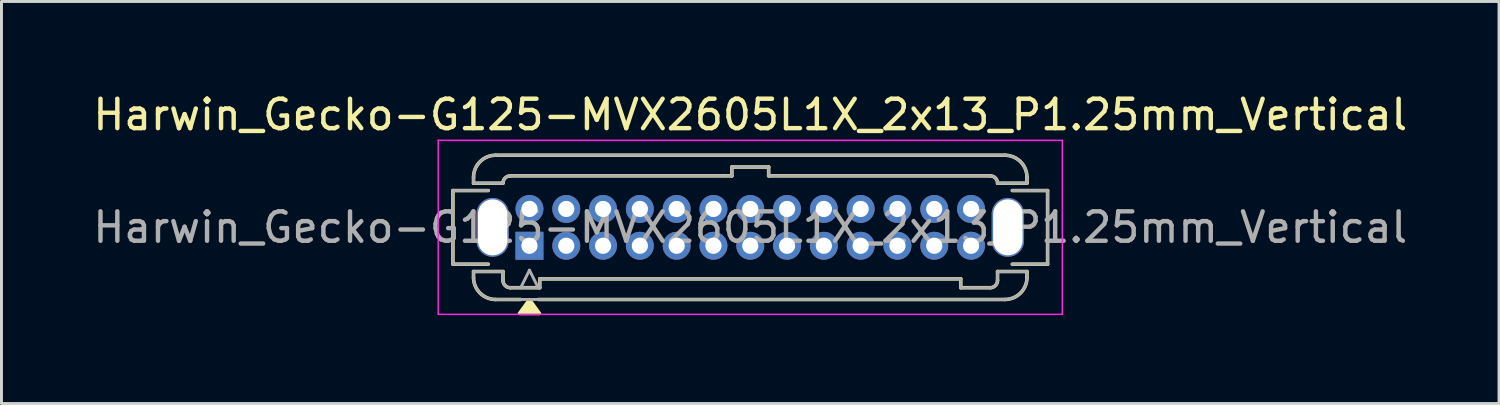
<source format=kicad_pcb>
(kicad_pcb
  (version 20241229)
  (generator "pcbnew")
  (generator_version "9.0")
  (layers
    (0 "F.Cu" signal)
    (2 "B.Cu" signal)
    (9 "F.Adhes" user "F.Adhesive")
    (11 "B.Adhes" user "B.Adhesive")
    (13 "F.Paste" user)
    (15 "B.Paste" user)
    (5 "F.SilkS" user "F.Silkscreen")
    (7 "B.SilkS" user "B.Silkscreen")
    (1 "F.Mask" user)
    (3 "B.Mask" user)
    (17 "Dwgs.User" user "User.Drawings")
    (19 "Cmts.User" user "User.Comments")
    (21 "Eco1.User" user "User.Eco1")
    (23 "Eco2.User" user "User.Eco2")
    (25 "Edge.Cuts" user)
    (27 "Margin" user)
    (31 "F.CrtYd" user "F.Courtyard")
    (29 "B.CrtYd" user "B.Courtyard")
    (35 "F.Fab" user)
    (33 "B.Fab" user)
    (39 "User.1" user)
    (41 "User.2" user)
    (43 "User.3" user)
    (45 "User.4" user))
  (footprint "Harwin_Gecko-G125-MVX2605L1X_2x13_P1.25mm_Vertical"
    (layer "F.Cu")
    (at 14.935 5.298)
    (property "Reference" "Harwin_Gecko-G125-MVX2605L1X_2x13_P1.25mm_Vertical" (at 7.5 -4.45 0) (layer "F.SilkS") (effects (font (size 1 1) (thickness 0.15))))
    (attr through_hole)
    (fp_line (start -2.6 -1.875) (end -2.6 0.625) (stroke (width 0.12) (type solid)) (layer "F.SilkS"))
    (fp_line (start -2.6 0.625) (end -1.4 0.625) (stroke (width 0.12) (type solid)) (layer "F.SilkS"))
    (fp_line (start -1.9 -2.325) (end -1.9 -2.125) (stroke (width 0.12) (type solid)) (layer "F.SilkS"))
    (fp_line (start -1.9 -2.125) (end -0.9 -2.125) (stroke (width 0.12) (type solid)) (layer "F.SilkS"))
    (fp_line (start -1.9 0.875) (end -0.9 0.875) (stroke (width 0.12) (type solid)) (layer "F.SilkS"))
    (fp_line (start -1.9 1.075) (end -1.9 0.875) (stroke (width 0.12) (type solid)) (layer "F.SilkS"))
    (fp_line (start -1.4 -1.875) (end -2.6 -1.875) (stroke (width 0.12) (type solid)) (layer "F.SilkS"))
    (fp_line (start -1.15 -3.075) (end 16.15 -3.075) (stroke (width 0.12) (type solid)) (layer "F.SilkS"))
    (fp_line (start -1.15 1.825) (end -0.3 1.825) (stroke (width 0.12) (type solid)) (layer "F.SilkS"))
    (fp_line (start -0.9 1.175) (end -0.9 0.875) (stroke (width 0.12) (type solid)) (layer "F.SilkS"))
    (fp_line (start -0.65 -2.375) (end 6.875 -2.375) (stroke (width 0.12) (type solid)) (layer "F.SilkS"))
    (fp_line (start -0.65 1.425) (end 0.35 1.425) (stroke (width 0.12) (type solid)) (layer "F.SilkS"))
    (fp_line (start 0.3 1.825) (end 16.15 1.825) (stroke (width 0.12) (type solid)) (layer "F.SilkS"))
    (fp_line (start 0.35 1.125) (end 14.65 1.125) (stroke (width 0.12) (type solid)) (layer "F.SilkS"))
    (fp_line (start 0.35 1.425) (end 0.35 1.125) (stroke (width 0.12) (type solid)) (layer "F.SilkS"))
    (fp_line (start 6.875 -2.675) (end 8.125 -2.675) (stroke (width 0.12) (type solid)) (layer "F.SilkS"))
    (fp_line (start 6.875 -2.375) (end 6.875 -2.675) (stroke (width 0.12) (type solid)) (layer "F.SilkS"))
    (fp_line (start 8.125 -2.675) (end 8.125 -2.375) (stroke (width 0.12) (type solid)) (layer "F.SilkS"))
    (fp_line (start 8.125 -2.375) (end 15.65 -2.375) (stroke (width 0.12) (type solid)) (layer "F.SilkS"))
    (fp_line (start 14.65 1.125) (end 14.65 1.425) (stroke (width 0.12) (type solid)) (layer "F.SilkS"))
    (fp_line (start 14.65 1.425) (end 15.65 1.425) (stroke (width 0.12) (type solid)) (layer "F.SilkS"))
    (fp_line (start 15.9 1.175) (end 15.9 0.875) (stroke (width 0.12) (type solid)) (layer "F.SilkS"))
    (fp_line (start 16.4 -1.875) (end 17.6 -1.875) (stroke (width 0.12) (type solid)) (layer "F.SilkS"))
    (fp_line (start 16.9 -2.325) (end 16.9 -2.125) (stroke (width 0.12) (type solid)) (layer "F.SilkS"))
    (fp_line (start 16.9 -2.125) (end 15.9 -2.125) (stroke (width 0.12) (type solid)) (layer "F.SilkS"))
    (fp_line (start 16.9 0.875) (end 15.9 0.875) (stroke (width 0.12) (type solid)) (layer "F.SilkS"))
    (fp_line (start 16.9 1.075) (end 16.9 0.875) (stroke (width 0.12) (type solid)) (layer "F.SilkS"))
    (fp_line (start 17.6 -1.875) (end 17.6 0.625) (stroke (width 0.12) (type solid)) (layer "F.SilkS"))
    (fp_line (start 17.6 0.625) (end 16.4 0.625) (stroke (width 0.12) (type solid)) (layer "F.SilkS"))
    (fp_arc (start -1.9 -2.325) (mid -1.68033 -2.85533) (end -1.15 -3.075) (stroke (width 0.12) (type solid)) (layer "F.SilkS"))
    (fp_arc (start -1.15 1.825) (mid -1.68033 1.60533) (end -1.9 1.075) (stroke (width 0.12) (type solid)) (layer "F.SilkS"))
    (fp_arc (start -0.9 -2.125) (mid -0.826777 -2.301777) (end -0.65 -2.375) (stroke (width 0.12) (type solid)) (layer "F.SilkS"))
    (fp_arc (start -0.65 1.425) (mid -0.826777 1.351777) (end -0.9 1.175) (stroke (width 0.12) (type solid)) (layer "F.SilkS"))
    (fp_arc (start 15.65 -2.375) (mid 15.826777 -2.301777) (end 15.9 -2.125) (stroke (width 0.12) (type solid)) (layer "F.SilkS"))
    (fp_arc (start 15.9 1.175) (mid 15.826777 1.351777) (end 15.65 1.425) (stroke (width 0.12) (type solid)) (layer "F.SilkS"))
    (fp_arc (start 16.15 -3.075) (mid 16.68033 -2.85533) (end 16.9 -2.325) (stroke (width 0.12) (type solid)) (layer "F.SilkS"))
    (fp_arc (start 16.9 1.075) (mid 16.68033 1.60533) (end 16.15 1.825) (stroke (width 0.12) (type solid)) (layer "F.SilkS"))
    (fp_poly (pts (xy 0 1.83) (xy -0.34 2.3) (xy 0.34 2.3) (xy 0 1.83)) (stroke (width 0.12) (type solid)) (fill yes) (layer "F.SilkS"))
    (fp_line (start -3.1 -3.58) (end -3.1 2.33) (stroke (width 0.05) (type solid)) (layer "F.CrtYd"))
    (fp_line (start -3.1 2.33) (end 18.1 2.33) (stroke (width 0.05) (type solid)) (layer "F.CrtYd"))
    (fp_line (start 18.1 -3.58) (end -3.1 -3.58) (stroke (width 0.05) (type solid)) (layer "F.CrtYd"))
    (fp_line (start 18.1 -3.58) (end 18.1 2.33) (stroke (width 0.05) (type solid)) (layer "F.CrtYd"))
    (fp_line (start -2.6 -1.875) (end -2.6 0.625) (stroke (width 0.1) (type solid)) (layer "F.Fab"))
    (fp_line (start -2.6 0.625) (end -1.4 0.625) (stroke (width 0.1) (type solid)) (layer "F.Fab"))
    (fp_line (start -1.9 -2.325) (end -1.9 -2.125) (stroke (width 0.1) (type solid)) (layer "F.Fab"))
    (fp_line (start -1.9 -2.125) (end -0.9 -2.125) (stroke (width 0.1) (type solid)) (layer "F.Fab"))
    (fp_line (start -1.9 0.875) (end -0.9 0.875) (stroke (width 0.1) (type solid)) (layer "F.Fab"))
    (fp_line (start -1.9 1.075) (end -1.9 0.875) (stroke (width 0.1) (type solid)) (layer "F.Fab"))
    (fp_line (start -1.4 -1.875) (end -2.6 -1.875) (stroke (width 0.1) (type solid)) (layer "F.Fab"))
    (fp_line (start -1.15 -3.075) (end 16.15 -3.075) (stroke (width 0.1) (type solid)) (layer "F.Fab"))
    (fp_line (start -1.15 1.825) (end 16.15 1.825) (stroke (width 0.1) (type solid)) (layer "F.Fab"))
    (fp_line (start -0.9 1.175) (end -0.9 0.875) (stroke (width 0.1) (type solid)) (layer "F.Fab"))
    (fp_line (start -0.65 -2.375) (end 6.875 -2.375) (stroke (width 0.1) (type solid)) (layer "F.Fab"))
    (fp_line (start -0.65 1.425) (end 0.35 1.425) (stroke (width 0.1) (type solid)) (layer "F.Fab"))
    (fp_line (start 0 0.83) (end -0.3 1.43) (stroke (width 0.1) (type solid)) (layer "F.Fab"))
    (fp_line (start 0.3 1.43) (end 0 0.83) (stroke (width 0.1) (type solid)) (layer "F.Fab"))
    (fp_line (start 0.35 1.125) (end 14.65 1.125) (stroke (width 0.1) (type solid)) (layer "F.Fab"))
    (fp_line (start 0.35 1.425) (end 0.35 1.125) (stroke (width 0.1) (type solid)) (layer "F.Fab"))
    (fp_line (start 6.875 -2.675) (end 8.125 -2.675) (stroke (width 0.1) (type solid)) (layer "F.Fab"))
    (fp_line (start 6.875 -2.375) (end 6.875 -2.675) (stroke (width 0.1) (type solid)) (layer "F.Fab"))
    (fp_line (start 8.125 -2.675) (end 8.125 -2.375) (stroke (width 0.1) (type solid)) (layer "F.Fab"))
    (fp_line (start 8.125 -2.375) (end 15.65 -2.375) (stroke (width 0.1) (type solid)) (layer "F.Fab"))
    (fp_line (start 14.65 1.125) (end 14.65 1.425) (stroke (width 0.1) (type solid)) (layer "F.Fab"))
    (fp_line (start 14.65 1.425) (end 15.65 1.425) (stroke (width 0.1) (type solid)) (layer "F.Fab"))
    (fp_line (start 15.9 1.175) (end 15.9 0.875) (stroke (width 0.1) (type solid)) (layer "F.Fab"))
    (fp_line (start 16.4 -1.875) (end 17.6 -1.875) (stroke (width 0.1) (type solid)) (layer "F.Fab"))
    (fp_line (start 16.9 -2.325) (end 16.9 -2.125) (stroke (width 0.1) (type solid)) (layer "F.Fab"))
    (fp_line (start 16.9 -2.125) (end 15.9 -2.125) (stroke (width 0.1) (type solid)) (layer "F.Fab"))
    (fp_line (start 16.9 0.875) (end 15.9 0.875) (stroke (width 0.1) (type solid)) (layer "F.Fab"))
    (fp_line (start 16.9 1.075) (end 16.9 0.875) (stroke (width 0.1) (type solid)) (layer "F.Fab"))
    (fp_line (start 17.6 -1.875) (end 17.6 0.625) (stroke (width 0.1) (type solid)) (layer "F.Fab"))
    (fp_line (start 17.6 0.625) (end 16.4 0.625) (stroke (width 0.1) (type solid)) (layer "F.Fab"))
    (fp_arc (start -1.9 -2.325) (mid -1.68033 -2.85533) (end -1.15 -3.075) (stroke (width 0.1) (type solid)) (layer "F.Fab"))
    (fp_arc (start -1.15 1.825) (mid -1.68033 1.60533) (end -1.9 1.075) (stroke (width 0.1) (type solid)) (layer "F.Fab"))
    (fp_arc (start -0.9 -2.125) (mid -0.826777 -2.301777) (end -0.65 -2.375) (stroke (width 0.1) (type solid)) (layer "F.Fab"))
    (fp_arc (start -0.65 1.425) (mid -0.826777 1.351777) (end -0.9 1.175) (stroke (width 0.1) (type solid)) (layer "F.Fab"))
    (fp_arc (start 15.65 -2.375) (mid 15.826777 -2.301777) (end 15.9 -2.125) (stroke (width 0.1) (type solid)) (layer "F.Fab"))
    (fp_arc (start 15.9 1.175) (mid 15.826777 1.351777) (end 15.65 1.425) (stroke (width 0.1) (type solid)) (layer "F.Fab"))
    (fp_arc (start 16.15 -3.075) (mid 16.68033 -2.85533) (end 16.9 -2.325) (stroke (width 0.1) (type solid)) (layer "F.Fab"))
    (fp_arc (start 16.9 1.075) (mid 16.68033 1.60533) (end 16.15 1.825) (stroke (width 0.1) (type solid)) (layer "F.Fab"))
    (fp_text user "${REFERENCE}" (at 7.5 -0.625 0) (layer "F.Fab") (effects (font (size 1 1) (thickness 0.15))))
    (pad "" np_thru_hole oval (at -1.25 -0.625) (size 1.1 2) (drill oval 1 1.9) (layers "*.Cu" "*.Mask"))
    (pad "" np_thru_hole oval (at 16.25 -0.625) (size 1.1 2) (drill oval 1 1.9) (layers "*.Cu" "*.Mask"))
    (pad "1" thru_hole rect (at 0 0) (size 0.95 0.95) (drill 0.55) (layers "*.Cu" "*.Mask"))
    (pad "2" thru_hole circle (at 1.25 0) (size 0.95 0.95) (drill 0.55) (layers "*.Cu" "*.Mask"))
    (pad "3" thru_hole circle (at 2.5 0) (size 0.95 0.95) (drill 0.55) (layers "*.Cu" "*.Mask"))
    (pad "4" thru_hole circle (at 3.75 0) (size 0.95 0.95) (drill 0.55) (layers "*.Cu" "*.Mask"))
    (pad "5" thru_hole circle (at 5 0) (size 0.95 0.95) (drill 0.55) (layers "*.Cu" "*.Mask"))
    (pad "6" thru_hole circle (at 6.25 0) (size 0.95 0.95) (drill 0.55) (layers "*.Cu" "*.Mask"))
    (pad "7" thru_hole circle (at 7.5 0) (size 0.95 0.95) (drill 0.55) (layers "*.Cu" "*.Mask"))
    (pad "8" thru_hole circle (at 8.75 0) (size 0.95 0.95) (drill 0.55) (layers "*.Cu" "*.Mask"))
    (pad "9" thru_hole circle (at 10 0) (size 0.95 0.95) (drill 0.55) (layers "*.Cu" "*.Mask"))
    (pad "10" thru_hole circle (at 11.25 0) (size 0.95 0.95) (drill 0.55) (layers "*.Cu" "*.Mask"))
    (pad "11" thru_hole circle (at 12.5 0) (size 0.95 0.95) (drill 0.55) (layers "*.Cu" "*.Mask"))
    (pad "12" thru_hole circle (at 13.75 0) (size 0.95 0.95) (drill 0.55) (layers "*.Cu" "*.Mask"))
    (pad "13" thru_hole circle (at 15 0) (size 0.95 0.95) (drill 0.55) (layers "*.Cu" "*.Mask"))
    (pad "14" thru_hole circle (at 0 -1.25) (size 0.95 0.95) (drill 0.55) (layers "*.Cu" "*.Mask"))
    (pad "15" thru_hole circle (at 1.25 -1.25) (size 0.95 0.95) (drill 0.55) (layers "*.Cu" "*.Mask"))
    (pad "16" thru_hole circle (at 2.5 -1.25) (size 0.95 0.95) (drill 0.55) (layers "*.Cu" "*.Mask"))
    (pad "17" thru_hole circle (at 3.75 -1.25) (size 0.95 0.95) (drill 0.55) (layers "*.Cu" "*.Mask"))
    (pad "18" thru_hole circle (at 5 -1.25) (size 0.95 0.95) (drill 0.55) (layers "*.Cu" "*.Mask"))
    (pad "19" thru_hole circle (at 6.25 -1.25) (size 0.95 0.95) (drill 0.55) (layers "*.Cu" "*.Mask"))
    (pad "20" thru_hole circle (at 7.5 -1.25) (size 0.95 0.95) (drill 0.55) (layers "*.Cu" "*.Mask"))
    (pad "21" thru_hole circle (at 8.75 -1.25) (size 0.95 0.95) (drill 0.55) (layers "*.Cu" "*.Mask"))
    (pad "22" thru_hole circle (at 10 -1.25) (size 0.95 0.95) (drill 0.55) (layers "*.Cu" "*.Mask"))
    (pad "23" thru_hole circle (at 11.25 -1.25) (size 0.95 0.95) (drill 0.55) (layers "*.Cu" "*.Mask"))
    (pad "24" thru_hole circle (at 12.5 -1.25) (size 0.95 0.95) (drill 0.55) (layers "*.Cu" "*.Mask"))
    (pad "25" thru_hole circle (at 13.75 -1.25) (size 0.95 0.95) (drill 0.55) (layers "*.Cu" "*.Mask"))
    (pad "26" thru_hole circle (at 15 -1.25) (size 0.95 0.95) (drill 0.55) (layers "*.Cu" "*.Mask")))
  (gr_rect
    (start -3 -3)
    (end 47.869 10.658)
    (stroke (width 0.1) (type default))
    (fill no)
    (layer "Edge.Cuts")))
</source>
